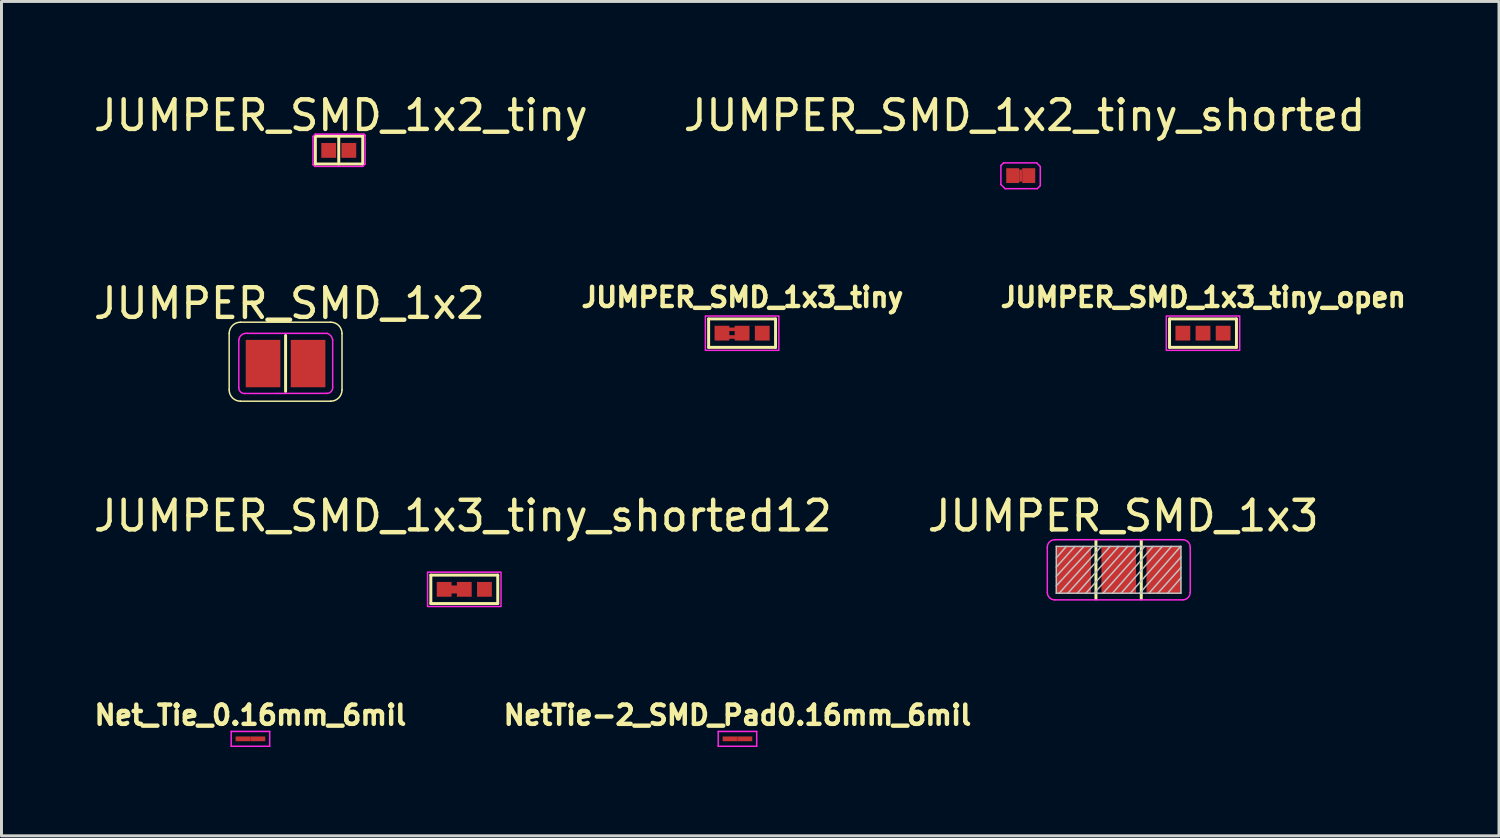
<source format=kicad_pcb>
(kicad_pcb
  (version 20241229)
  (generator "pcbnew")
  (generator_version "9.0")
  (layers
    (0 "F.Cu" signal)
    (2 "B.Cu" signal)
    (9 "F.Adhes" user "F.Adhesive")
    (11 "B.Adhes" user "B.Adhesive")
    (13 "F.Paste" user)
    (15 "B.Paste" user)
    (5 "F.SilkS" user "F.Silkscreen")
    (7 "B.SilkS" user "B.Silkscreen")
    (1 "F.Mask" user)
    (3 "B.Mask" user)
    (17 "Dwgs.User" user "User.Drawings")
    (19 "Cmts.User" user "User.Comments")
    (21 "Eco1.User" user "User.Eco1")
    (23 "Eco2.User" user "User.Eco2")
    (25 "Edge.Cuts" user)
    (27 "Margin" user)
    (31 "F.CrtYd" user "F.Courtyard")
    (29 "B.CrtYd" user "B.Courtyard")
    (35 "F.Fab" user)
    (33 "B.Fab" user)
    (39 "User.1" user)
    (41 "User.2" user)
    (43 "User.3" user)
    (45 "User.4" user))
  (footprint "JUMPER_SMD_1x2_tiny_shorted"
    (layer "F.Cu")
    (at 31.415 2.88)
    (property "Reference" "JUMPER_SMD_1x2_tiny_shorted" (at 0.127 -2.032 180) (layer "F.SilkS") (effects (font (size 1 1) (thickness 0.15))))
    (attr exclude_from_pos_files exclude_from_bom allow_soldermask_bridges)
    (fp_rect (start -0.051 -0.203) (end 0.051 0.203) (stroke (width 0) (type solid)) (fill yes) (layer "F.Cu"))
    (fp_line (start -0.67 -0.34) (end -0.58 -0.43) (stroke (width 0.05) (type solid)) (layer "F.CrtYd"))
    (fp_line (start -0.67 0.3) (end -0.67 -0.34) (stroke (width 0.05) (type solid)) (layer "F.CrtYd"))
    (fp_line (start -0.58 -0.43) (end 0.54 -0.43) (stroke (width 0.05) (type solid)) (layer "F.CrtYd"))
    (fp_line (start -0.53 0.44) (end -0.67 0.3) (stroke (width 0.05) (type solid)) (layer "F.CrtYd"))
    (fp_line (start 0.54 -0.43) (end 0.66 -0.31) (stroke (width 0.05) (type solid)) (layer "F.CrtYd"))
    (fp_line (start 0.56 0.44) (end -0.53 0.44) (stroke (width 0.05) (type solid)) (layer "F.CrtYd"))
    (fp_line (start 0.66 -0.31) (end 0.66 0.34) (stroke (width 0.05) (type solid)) (layer "F.CrtYd"))
    (fp_line (start 0.66 0.34) (end 0.56 0.44) (stroke (width 0.05) (type solid)) (layer "F.CrtYd"))
    (pad "1" smd rect (at -0.27 0) (size 0.439 0.5) (layers "F.Cu" "F.Mask"))
    (pad "2" smd rect (at 0.27 0) (size 0.439 0.5) (layers "F.Cu" "F.Mask")))
  (footprint "JUMPER_SMD_1x3_tiny_shorted12"
    (layer "F.Cu")
    (at 12.627 16.849)
    (property "Reference" "JUMPER_SMD_1x3_tiny_shorted12" (at -0.05 -2.48 0) (layer "F.SilkS") (effects (font (size 1 1) (thickness 0.15))))
    (attr exclude_from_pos_files exclude_from_bom dnp)
    (fp_poly (pts (xy -0.53 -0.13) (xy -0.19 -0.13) (xy -0.19 0.14) (xy -0.53 0.14)) (stroke (width 0) (type solid)) (fill yes) (layer "F.Cu"))
    (fp_line (start -1.13 -0.48) (end 1.13 -0.48) (stroke (width 0.1) (type solid)) (layer "F.SilkS"))
    (fp_line (start -1.13 0.48) (end -1.13 -0.48) (stroke (width 0.1) (type solid)) (layer "F.SilkS"))
    (fp_line (start 1.13 0.48) (end -1.13 0.48) (stroke (width 0.1) (type solid)) (layer "F.SilkS"))
    (fp_line (start 1.13 0.48) (end 1.13 -0.48) (stroke (width 0.1) (type solid)) (layer "F.SilkS"))
    (fp_rect (start -1.24 -0.58) (end 1.24 0.58) (stroke (width 0.05) (type solid)) (fill no) (layer "F.CrtYd"))
    (pad "1" smd rect (at -0.68 0) (size 0.5 0.5) (layers "F.Cu" "F.Mask" "F.Paste"))
    (pad "2" smd rect (at 0 0) (size 0.5 0.5) (layers "F.Cu" "F.Mask" "F.Paste"))
    (pad "3" smd rect (at 0.68 0) (size 0.5 0.5) (layers "F.Cu" "F.Mask" "F.Paste")))
  (footprint "JUMPER_SMD_1x3_tiny"
    (layer "F.Cu")
    (at 22.007 8.199)
    (property "Reference" "JUMPER_SMD_1x3_tiny" (at 0.01 -1.21 180) (layer "F.SilkS") (effects (font (size 0.65 0.65) (thickness 0.15))))
    (attr exclude_from_pos_files exclude_from_bom allow_missing_courtyard dnp)
    (fp_line (start -0.48 -0.13) (end -0.17 -0.13) (stroke (width 0.12) (type solid)) (layer "F.Cu"))
    (fp_line (start -0.48 0.13) (end -0.17 0.13) (stroke (width 0.12) (type solid)) (layer "F.Cu"))
    (fp_line (start -1.13 -0.48) (end 1.13 -0.48) (stroke (width 0.1) (type solid)) (layer "F.SilkS"))
    (fp_line (start -1.13 0.48) (end -1.13 -0.48) (stroke (width 0.1) (type solid)) (layer "F.SilkS"))
    (fp_line (start 1.13 0.48) (end -1.13 0.48) (stroke (width 0.1) (type solid)) (layer "F.SilkS"))
    (fp_line (start 1.13 0.48) (end 1.13 -0.48) (stroke (width 0.1) (type solid)) (layer "F.SilkS"))
    (fp_rect (start -1.24 -0.58) (end 1.24 0.58) (stroke (width 0.05) (type solid)) (fill no) (layer "F.CrtYd"))
    (pad "1" smd rect (at -0.68 0) (size 0.5 0.5) (layers "F.Cu" "F.Mask" "F.Paste"))
    (pad "2" smd rect (at 0 0) (size 0.5 0.5) (layers "F.Cu" "F.Mask" "F.Paste"))
    (pad "3" smd rect (at 0.68 0) (size 0.5 0.5) (layers "F.Cu" "F.Mask" "F.Paste")))
  (footprint "JUMPER_SMD_1x3_tiny_open"
    (layer "F.Cu")
    (at 37.569 8.199)
    (property "Reference" "JUMPER_SMD_1x3_tiny_open" (at 0.01 -1.21 180) (layer "F.SilkS") (effects (font (size 0.65 0.65) (thickness 0.15))))
    (attr exclude_from_pos_files exclude_from_bom)
    (fp_line (start -1.13 -0.48) (end 1.13 -0.48) (stroke (width 0.1) (type solid)) (layer "F.SilkS"))
    (fp_line (start -1.13 0.48) (end -1.13 -0.48) (stroke (width 0.1) (type solid)) (layer "F.SilkS"))
    (fp_line (start 1.13 0.48) (end -1.13 0.48) (stroke (width 0.1) (type solid)) (layer "F.SilkS"))
    (fp_line (start 1.13 0.48) (end 1.13 -0.48) (stroke (width 0.1) (type solid)) (layer "F.SilkS"))
    (fp_rect (start -1.24 -0.58) (end 1.24 0.58) (stroke (width 0.05) (type solid)) (fill no) (layer "F.CrtYd"))
    (pad "1" smd rect (at -0.68 0) (size 0.5 0.5) (layers "F.Cu" "F.Mask" "F.Paste"))
    (pad "2" smd rect (at 0 0) (size 0.5 0.5) (layers "F.Cu" "F.Mask" "F.Paste"))
    (pad "3" smd rect (at 0.68 0) (size 0.5 0.5) (layers "F.Cu" "F.Mask" "F.Paste")))
  (footprint "Net_Tie_0.16mm_6mil"
    (layer "F.Cu")
    (at 5.406 21.897)
    (property "Reference" "Net_Tie_0.16mm_6mil" (at 0 -0.8 0) (layer "F.SilkS") (effects (font (size 0.65 0.65) (thickness 0.15))))
    (attr exclude_from_pos_files exclude_from_bom)
    (fp_line (start -0.65 -0.25) (end 0.65 -0.25) (stroke (width 0.05) (type solid)) (layer "F.CrtYd"))
    (fp_line (start -0.65 0.25) (end -0.65 -0.25) (stroke (width 0.05) (type solid)) (layer "F.CrtYd"))
    (fp_line (start -0.65 0.25) (end 0.65 0.25) (stroke (width 0.05) (type solid)) (layer "F.CrtYd"))
    (fp_line (start 0.65 0.25) (end 0.65 -0.25) (stroke (width 0.05) (type solid)) (layer "F.CrtYd"))
    (pad "1" smd rect (at -0.25 0) (size 0.5 0.16) (layers "F.Cu" "F.Mask" "F.Paste"))
    (pad "2" smd rect (at 0.25 0) (size 0.5 0.16) (layers "F.Cu" "F.Mask" "F.Paste")))
  (footprint "JUMPER_SMD_1x2"
    (layer "F.Cu")
    (at 6.593 9.226)
    (property "Reference" "JUMPER_SMD_1x2" (at 0.127 -2.032 0) (layer "F.SilkS") (effects (font (size 1 1) (thickness 0.15))))
    (attr exclude_from_pos_files exclude_from_bom)
    (fp_line (start -1.905 -1.016) (end -1.905 0.889) (stroke (width 0.05) (type solid)) (layer "F.SilkS"))
    (fp_line (start -1.524 1.27) (end 1.524 1.27) (stroke (width 0.05) (type solid)) (layer "F.SilkS"))
    (fp_line (start 0 0.94) (end 0 -0.949) (stroke (width 0.1) (type solid)) (layer "F.SilkS"))
    (fp_line (start 1.524 -1.397) (end -1.524 -1.397) (stroke (width 0.05) (type solid)) (layer "F.SilkS"))
    (fp_line (start 1.905 0.889) (end 1.905 -1.016) (stroke (width 0.05) (type solid)) (layer "F.SilkS"))
    (fp_arc (start -1.905 -1.016) (mid -1.793408 -1.285408) (end -1.524 -1.397) (stroke (width 0.05) (type solid)) (layer "F.SilkS"))
    (fp_arc (start -1.524 1.27) (mid -1.793408 1.158408) (end -1.905 0.889) (stroke (width 0.05) (type solid)) (layer "F.SilkS"))
    (fp_arc (start 1.524 -1.397) (mid 1.793408 -1.285408) (end 1.905 -1.016) (stroke (width 0.05) (type solid)) (layer "F.SilkS"))
    (fp_arc (start 1.905 0.889) (mid 1.793408 1.158408) (end 1.524 1.27) (stroke (width 0.05) (type solid)) (layer "F.SilkS"))
    (fp_line (start -1.58 0.82) (end -1.58 -0.8) (stroke (width 0.05) (type solid)) (layer "F.CrtYd"))
    (fp_line (start -1.3 -1.02) (end 1.4 -1.02) (stroke (width 0.05) (type solid)) (layer "F.CrtYd"))
    (fp_line (start 1.4 1.006) (end -1.37 1.01) (stroke (width 0.05) (type solid)) (layer "F.CrtYd"))
    (fp_line (start 1.59 0.8) (end 1.59 -0.8) (stroke (width 0.05) (type solid)) (layer "F.CrtYd"))
    (fp_arc (start -1.58 -0.8) (mid -1.485159 -0.967963) (end -1.299842 -1.021479) (stroke (width 0.05) (type solid)) (layer "F.CrtYd"))
    (fp_arc (start -1.373866 1.01) (mid -1.517888 0.959399) (end -1.58 0.819953) (stroke (width 0.05) (type solid)) (layer "F.CrtYd"))
    (fp_arc (start 1.4 -1.02) (mid 1.527399 -0.937516) (end 1.588463 -0.798573) (stroke (width 0.05) (type solid)) (layer "F.CrtYd"))
    (fp_arc (start 1.59 0.8) (mid 1.539399 0.944022) (end 1.399953 1.006134) (stroke (width 0.05) (type solid)) (layer "F.CrtYd"))
    (pad "1" smd rect (at -0.762 0) (size 1.168 1.6) (layers "F.Cu" "F.Mask" "F.Paste"))
    (pad "2" smd rect (at 0.759 0) (size 1.168 1.6) (layers "F.Cu" "F.Mask" "F.Paste")))
  (footprint "NetTie-2_SMD_Pad0.16mm_6mil"
    (layer "F.Cu")
    (at 21.85 21.897)
    (property "Reference" "NetTie-2_SMD_Pad0.16mm_6mil" (at 0 -0.8 0) (layer "F.SilkS") (effects (font (size 0.65 0.65) (thickness 0.15))))
    (attr exclude_from_pos_files exclude_from_bom)
    (fp_line (start -0.65 -0.25) (end 0.65 -0.25) (stroke (width 0.05) (type solid)) (layer "F.CrtYd"))
    (fp_line (start -0.65 0.25) (end -0.65 -0.25) (stroke (width 0.05) (type solid)) (layer "F.CrtYd"))
    (fp_line (start -0.65 0.25) (end 0.65 0.25) (stroke (width 0.05) (type solid)) (layer "F.CrtYd"))
    (fp_line (start 0.65 0.25) (end 0.65 -0.25) (stroke (width 0.05) (type solid)) (layer "F.CrtYd"))
    (pad "1" smd rect (at -0.25 0) (size 0.5 0.16) (layers "F.Cu" "F.Mask" "F.Paste"))
    (pad "2" smd rect (at 0.25 0) (size 0.5 0.16) (layers "F.Cu" "F.Mask" "F.Paste")))
  (footprint "JUMPER_SMD_1x3"
    (layer "F.Cu")
    (at 34.725 16.189)
    (property "Reference" "JUMPER_SMD_1x3" (at 0.15 -1.82 0) (layer "F.SilkS") (effects (font (size 1 1) (thickness 0.15))))
    (attr smd)
    (fp_line (start -0.77 -0.98) (end -0.77 0.98) (stroke (width 0.1) (type solid)) (layer "F.SilkS"))
    (fp_line (start 0.76 0.98) (end 0.76 -0.98) (stroke (width 0.1) (type solid)) (layer "F.SilkS"))
    (fp_line (start -2.11 -0.79) (end -2.11 0.79) (stroke (width 0.05) (type solid)) (layer "Dwgs.User"))
    (fp_line (start -2.11 -0.09) (end -1.48 -0.79) (stroke (width 0.05) (type solid)) (layer "Dwgs.User"))
    (fp_line (start -2.11 0.22) (end -1.18 -0.79) (stroke (width 0.05) (type solid)) (layer "Dwgs.User"))
    (fp_line (start -2.11 0.79) (end 2.1 0.79) (stroke (width 0.05) (type solid)) (layer "Dwgs.User"))
    (fp_line (start -2.01 0.79) (end -0.59 -0.79) (stroke (width 0.05) (type solid)) (layer "Dwgs.User"))
    (fp_line (start -1.77 -0.79) (end -2.11 -0.4) (stroke (width 0.05) (type solid)) (layer "Dwgs.User"))
    (fp_line (start -1.72 0.79) (end -0.29 -0.79) (stroke (width 0.05) (type solid)) (layer "Dwgs.User"))
    (fp_line (start -0.88 -0.79) (end -2.11 0.54) (stroke (width 0.05) (type solid)) (layer "Dwgs.User"))
    (fp_line (start -0.83 0.79) (end 0.59 -0.79) (stroke (width 0.05) (type solid)) (layer "Dwgs.User"))
    (fp_line (start -0.21 0.79) (end 1.16 -0.79) (stroke (width 0.05) (type solid)) (layer "Dwgs.User"))
    (fp_line (start 0 -0.79) (end -1.4 0.79) (stroke (width 0.05) (type solid)) (layer "Dwgs.User"))
    (fp_line (start 0.08 0.79) (end 1.47 -0.79) (stroke (width 0.05) (type solid)) (layer "Dwgs.User"))
    (fp_line (start 0.3 -0.79) (end -1.11 0.79) (stroke (width 0.05) (type solid)) (layer "Dwgs.User"))
    (fp_line (start 0.39 0.79) (end 1.78 -0.79) (stroke (width 0.05) (type solid)) (layer "Dwgs.User"))
    (fp_line (start 0.71 0.79) (end 2.09 -0.79) (stroke (width 0.05) (type solid)) (layer "Dwgs.User"))
    (fp_line (start 0.88 -0.79) (end -0.53 0.79) (stroke (width 0.05) (type solid)) (layer "Dwgs.User"))
    (fp_line (start 2.1 -0.79) (end -2.11 -0.79) (stroke (width 0.05) (type solid)) (layer "Dwgs.User"))
    (fp_line (start 2.1 -0.43) (end 1.02 0.79) (stroke (width 0.05) (type solid)) (layer "Dwgs.User"))
    (fp_line (start 2.1 -0.08) (end 1.32 0.79) (stroke (width 0.05) (type solid)) (layer "Dwgs.User"))
    (fp_line (start 2.1 0.27) (end 1.65 0.79) (stroke (width 0.05) (type solid)) (layer "Dwgs.User"))
    (fp_line (start 2.1 0.79) (end 2.1 -0.79) (stroke (width 0.05) (type solid)) (layer "Dwgs.User"))
    (fp_line (start -2.413 0.762) (end -2.413 -0.762) (stroke (width 0.05) (type solid)) (layer "F.CrtYd"))
    (fp_line (start -2.159 -1.016) (end 2.159 -1.016) (stroke (width 0.05) (type solid)) (layer "F.CrtYd"))
    (fp_line (start 2.159 1.016) (end -2.159 1.016) (stroke (width 0.05) (type solid)) (layer "F.CrtYd"))
    (fp_line (start 2.413 0.762) (end 2.413 -0.762) (stroke (width 0.05) (type solid)) (layer "F.CrtYd"))
    (fp_arc (start -2.413 -0.762) (mid -2.338605 -0.941605) (end -2.159 -1.016) (stroke (width 0.05) (type solid)) (layer "F.CrtYd"))
    (fp_arc (start -2.159 1.016) (mid -2.338605 0.941605) (end -2.413 0.762) (stroke (width 0.05) (type solid)) (layer "F.CrtYd"))
    (fp_arc (start 2.159 -1.016) (mid 2.338605 -0.941605) (end 2.413 -0.762) (stroke (width 0.05) (type solid)) (layer "F.CrtYd"))
    (fp_arc (start 2.413 0.762) (mid 2.338605 0.941605) (end 2.159 1.016) (stroke (width 0.05) (type solid)) (layer "F.CrtYd"))
    (pad "1" smd rect (at -1.524 0) (size 1.168 1.6) (layers "F.Cu" "F.Mask" "F.Paste"))
    (pad "2" smd rect (at 0 0) (size 1.168 1.6) (layers "F.Cu" "F.Mask" "F.Paste"))
    (pad "3" smd rect (at 1.521 0) (size 1.168 1.6) (layers "F.Cu" "F.Mask" "F.Paste")))
  (footprint "JUMPER_SMD_1x2_tiny"
    (layer "F.Cu")
    (at 8.388 2.028)
    (property "Reference" "JUMPER_SMD_1x2_tiny" (at 0.07 -1.18 180) (layer "F.SilkS") (effects (font (size 1 1) (thickness 0.15))))
    (attr exclude_from_pos_files exclude_from_bom)
    (fp_line (start -0.79 -0.48) (end 0.81 -0.48) (stroke (width 0.1) (type solid)) (layer "F.SilkS"))
    (fp_line (start -0.79 0.46) (end -0.79 -0.48) (stroke (width 0.1) (type solid)) (layer "F.SilkS"))
    (fp_line (start 0 0.46) (end 0 -0.47) (stroke (width 0.1) (type solid)) (layer "F.SilkS"))
    (fp_line (start 0.81 -0.48) (end 0.81 0.46) (stroke (width 0.1) (type solid)) (layer "F.SilkS"))
    (fp_line (start 0.81 0.46) (end -0.79 0.46) (stroke (width 0.1) (type solid)) (layer "F.SilkS"))
    (fp_line (start -0.87 -0.47) (end -0.79 -0.55) (stroke (width 0.05) (type solid)) (layer "F.CrtYd"))
    (fp_line (start -0.87 0.48) (end -0.87 -0.47) (stroke (width 0.05) (type solid)) (layer "F.CrtYd"))
    (fp_line (start -0.81 0.54) (end -0.87 0.48) (stroke (width 0.05) (type solid)) (layer "F.CrtYd"))
    (fp_line (start -0.79 -0.55) (end 0.85 -0.55) (stroke (width 0.05) (type solid)) (layer "F.CrtYd"))
    (fp_line (start 0.81 0.54) (end -0.81 0.54) (stroke (width 0.05) (type solid)) (layer "F.CrtYd"))
    (fp_line (start 0.85 -0.55) (end 0.89 -0.51) (stroke (width 0.05) (type solid)) (layer "F.CrtYd"))
    (fp_line (start 0.89 -0.51) (end 0.89 0.46) (stroke (width 0.05) (type solid)) (layer "F.CrtYd"))
    (fp_line (start 0.89 0.46) (end 0.81 0.54) (stroke (width 0.05) (type solid)) (layer "F.CrtYd"))
    (pad "1" smd rect (at -0.34 0) (size 0.5 0.5) (layers "F.Cu" "F.Mask" "F.Paste"))
    (pad "2" smd rect (at 0.34 0) (size 0.5 0.5) (layers "F.Cu" "F.Mask" "F.Paste")))
  (gr_rect
    (start -3 -3)
    (end 47.564 25.172)
    (stroke (width 0.1) (type default))
    (fill no)
    (layer "Edge.Cuts")))
</source>
